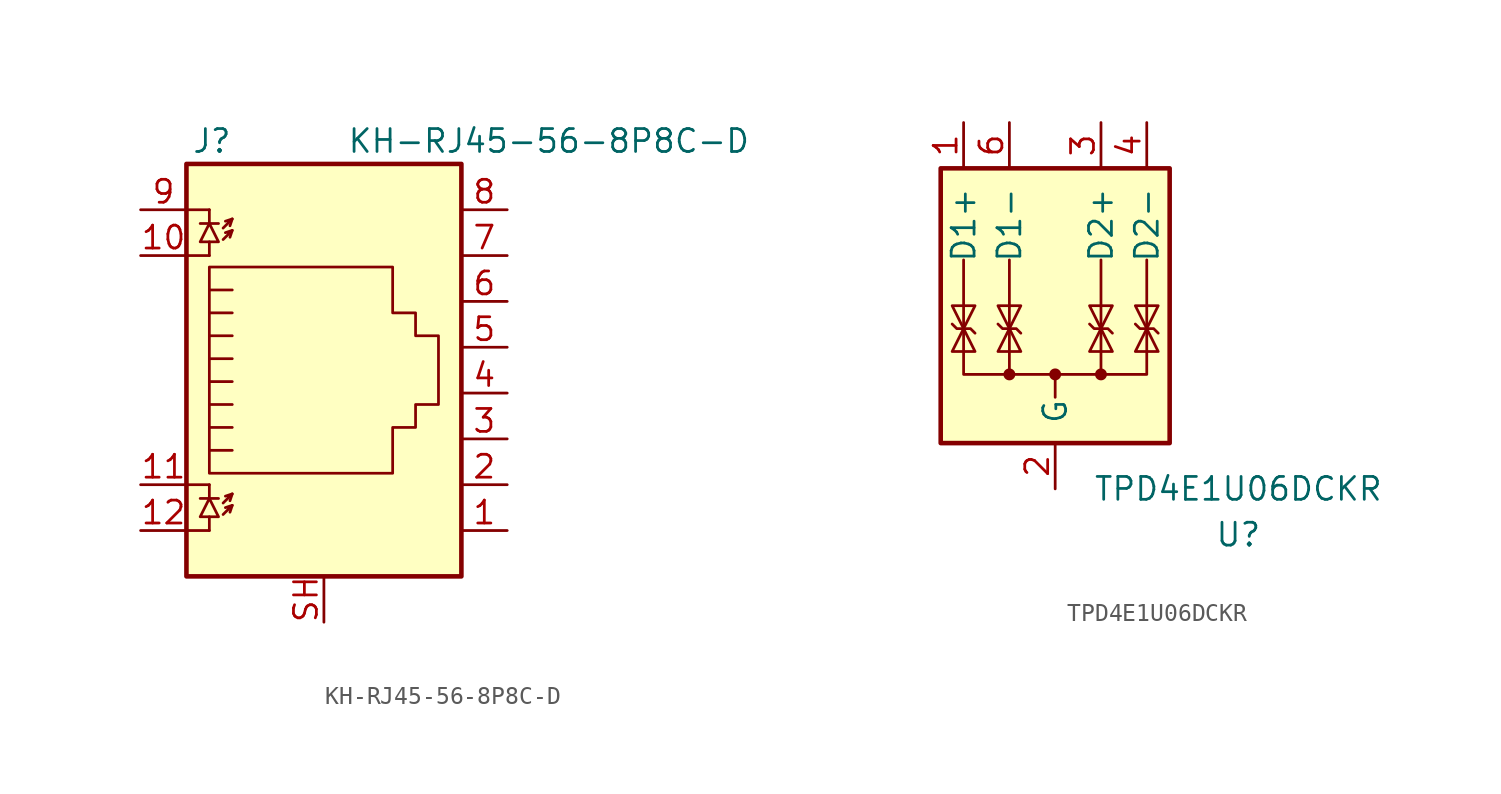
<source format=kicad_sym>
(kicad_symbol_lib
  (version 20220914)
  (generator kicad_symbol_editor)
  (symbol "KH-RJ45-56-8P8C-D"
    (pin_names
      (offset 1.016))
    (property "Reference" "J"
      (at -5.08 13.97 0)
      (effects (font (size 1.27 1.27)) (justify right)))
    (property "Value" "KH-RJ45-56-8P8C-D"
      (at 1.27 13.97 0)
      (effects (font (size 1.27 1.27)) (justify left)))
    (symbol "KH-RJ45-56-8P8C-D_0_1"
      (polyline (pts (xy -7.62 -7.62) (xy -6.35 -7.62)) (stroke (width 0) (type default)) (fill (type none)))
      (polyline (pts (xy -7.62 -5.08) (xy -6.35 -5.08)) (stroke (width 0) (type default)) (fill (type none)))
      (polyline (pts (xy -7.62 7.62) (xy -6.35 7.62)) (stroke (width 0) (type default)) (fill (type none)))
      (polyline (pts (xy -7.62 10.16) (xy -6.35 10.16)) (stroke (width 0) (type default)) (fill (type none)))
      (polyline (pts (xy -6.858 -5.842) (xy -5.842 -5.842)) (stroke (width 0) (type default)) (fill (type none)))
      (polyline (pts (xy -6.858 9.398) (xy -5.842 9.398)) (stroke (width 0) (type default)) (fill (type none)))
      (polyline (pts (xy -6.35 -7.62) (xy -6.35 -6.858)) (stroke (width 0) (type default)) (fill (type none)))
      (polyline (pts (xy -6.35 -5.08) (xy -6.35 -5.842)) (stroke (width 0) (type default)) (fill (type none)))
      (polyline (pts (xy -6.35 7.62) (xy -6.35 8.382)) (stroke (width 0) (type default)) (fill (type none)))
      (polyline (pts (xy -6.35 10.16) (xy -6.35 9.398)) (stroke (width 0) (type default)) (fill (type none)))
      (polyline (pts (xy -5.08 -6.223) (xy -5.207 -6.604)) (stroke (width 0) (type default)) (fill (type none)))
      (polyline (pts (xy -5.08 -5.588) (xy -5.207 -5.969)) (stroke (width 0) (type default)) (fill (type none)))
      (polyline (pts (xy -5.08 4.445) (xy -6.35 4.445)) (stroke (width 0) (type default)) (fill (type none)))
      (polyline (pts (xy -5.08 5.715) (xy -6.35 5.715)) (stroke (width 0) (type default)) (fill (type none)))
      (polyline (pts (xy -5.08 9.017) (xy -5.207 8.636)) (stroke (width 0) (type default)) (fill (type none)))
      (polyline (pts (xy -5.08 9.652) (xy -5.207 9.271)) (stroke (width 0) (type default)) (fill (type none)))
      (polyline (pts (xy -6.35 -3.175) (xy -5.08 -3.175) (xy -5.08 -3.175)) (stroke (width 0) (type default)) (fill (type none)))
      (polyline (pts (xy -6.35 -1.905) (xy -5.08 -1.905) (xy -5.08 -1.905)) (stroke (width 0) (type default)) (fill (type none)))
      (polyline (pts (xy -6.35 -0.635) (xy -5.08 -0.635) (xy -5.08 -0.635)) (stroke (width 0) (type default)) (fill (type none)))
      (polyline (pts (xy -6.35 0.635) (xy -5.08 0.635) (xy -5.08 0.635)) (stroke (width 0) (type default)) (fill (type none)))
      (polyline (pts (xy -6.35 1.905) (xy -5.08 1.905) (xy -5.08 1.905)) (stroke (width 0) (type default)) (fill (type none)))
      (polyline (pts (xy -5.588 -6.731) (xy -5.08 -6.223) (xy -5.461 -6.35)) (stroke (width 0) (type default)) (fill (type none)))
      (polyline (pts (xy -5.588 -6.096) (xy -5.08 -5.588) (xy -5.461 -5.715)) (stroke (width 0) (type default)) (fill (type none)))
      (polyline (pts (xy -5.588 8.509) (xy -5.08 9.017) (xy -5.461 8.89)) (stroke (width 0) (type default)) (fill (type none)))
      (polyline (pts (xy -5.588 9.144) (xy -5.08 9.652) (xy -5.461 9.525)) (stroke (width 0) (type default)) (fill (type none)))
      (polyline (pts (xy -5.08 3.175) (xy -6.35 3.175) (xy -6.35 3.175)) (stroke (width 0) (type default)) (fill (type none)))
      (polyline (pts (xy -6.35 -5.842) (xy -6.858 -6.858) (xy -5.842 -6.858) (xy -6.35 -5.842)) (stroke (width 0) (type default)) (fill (type none)))
      (polyline (pts (xy -6.35 9.398) (xy -6.858 8.382) (xy -5.842 8.382) (xy -6.35 9.398)) (stroke (width 0) (type default)) (fill (type none)))
      (polyline (pts (xy -6.35 -4.445) (xy -6.35 6.985) (xy 3.81 6.985) (xy 3.81 4.445) (xy 5.08 4.445) (xy 5.08 3.175) (xy 6.35 3.175) (xy 6.35 -0.635) (xy 5.08 -0.635) (xy 5.08 -1.905) (xy 3.81 -1.905) (xy 3.81 -4.445) (xy -6.35 -4.445) (xy -6.35 -4.445)) (stroke (width 0) (type default)) (fill (type none)))
      (rectangle (start 7.62 12.7) (end -7.62 -10.16) (stroke (width 0.254) (type default)) (fill (type background))))
    (symbol "KH-RJ45-56-8P8C-D_1_1"
      (pin passive line (at 10.16 -7.62 180) (length 2.54) (name "~" (effects (font (size 1.27 1.27)))) (number "1" (effects (font (size 1.27 1.27)))))
      (pin passive line (at -10.16 7.62 0) (length 2.54) (name "~" (effects (font (size 1.27 1.27)))) (number "10" (effects (font (size 1.27 1.27)))))
      (pin passive line (at -10.16 -5.08 0) (length 2.54) (name "~" (effects (font (size 1.27 1.27)))) (number "11" (effects (font (size 1.27 1.27)))))
      (pin passive line (at -10.16 -7.62 0) (length 2.54) (name "~" (effects (font (size 1.27 1.27)))) (number "12" (effects (font (size 1.27 1.27)))))
      (pin passive line (at 10.16 -5.08 180) (length 2.54) (name "~" (effects (font (size 1.27 1.27)))) (number "2" (effects (font (size 1.27 1.27)))))
      (pin passive line (at 10.16 -2.54 180) (length 2.54) (name "~" (effects (font (size 1.27 1.27)))) (number "3" (effects (font (size 1.27 1.27)))))
      (pin passive line (at 10.16 0 180) (length 2.54) (name "~" (effects (font (size 1.27 1.27)))) (number "4" (effects (font (size 1.27 1.27)))))
      (pin passive line (at 10.16 2.54 180) (length 2.54) (name "~" (effects (font (size 1.27 1.27)))) (number "5" (effects (font (size 1.27 1.27)))))
      (pin passive line (at 10.16 5.08 180) (length 2.54) (name "~" (effects (font (size 1.27 1.27)))) (number "6" (effects (font (size 1.27 1.27)))))
      (pin passive line (at 10.16 7.62 180) (length 2.54) (name "~" (effects (font (size 1.27 1.27)))) (number "7" (effects (font (size 1.27 1.27)))))
      (pin passive line (at 10.16 10.16 180) (length 2.54) (name "~" (effects (font (size 1.27 1.27)))) (number "8" (effects (font (size 1.27 1.27)))))
      (pin passive line (at -10.16 10.16 0) (length 2.54) (name "~" (effects (font (size 1.27 1.27)))) (number "9" (effects (font (size 1.27 1.27)))))
      (pin passive line (at 0 -12.7 90) (length 2.54) (name "~" (effects (font (size 1.27 1.27)))) (number "SH" (effects (font (size 1.27 1.27)))))))
  (symbol "TPD4E1U06DCKR"
    (pin_names
      (offset 1.016))
    (property "Reference" "U"
      (at 10.16 -11.43 0)
      (effects (font (size 1.27 1.27))))
    (property "Value" "TPD4E1U06DCKR"
      (at 10.16 -8.89 0)
      (effects (font (size 1.27 1.27))))
    (symbol "TPD4E1U06DCKR_1_1"
      (rectangle (start -6.35 8.89) (end 6.35 -6.35) (stroke (width 0.254) (type default)) (fill (type background)))
      (circle (center -2.54 -2.54) (radius 0.254) (stroke (width 0) (type default)) (fill (type outline)))
      (circle (center 0 -2.54) (radius 0.254) (stroke (width 0) (type default)) (fill (type outline)))
      (polyline (pts (xy -2.54 3.81) (xy -2.54 -2.54)) (stroke (width 0) (type default)) (fill (type none)))
      (polyline (pts (xy 0 -2.54) (xy 0 -3.81)) (stroke (width 0) (type default)) (fill (type none)))
      (polyline (pts (xy 2.54 3.81) (xy 2.54 -2.54)) (stroke (width 0) (type default)) (fill (type none)))
      (polyline (pts (xy -5.715 0.254) (xy -5.461 0) (xy -4.699 0) (xy -4.445 -0.254)) (stroke (width 0) (type default)) (fill (type none)))
      (polyline (pts (xy -5.08 0) (xy -5.715 1.27) (xy -4.445 1.27) (xy -5.08 0)) (stroke (width 0) (type default)) (fill (type none)))
      (polyline (pts (xy -5.08 3.81) (xy -5.08 -2.54) (xy 5.08 -2.54) (xy 5.08 3.81)) (stroke (width 0) (type default)) (fill (type none)))
      (polyline (pts (xy -4.445 -1.27) (xy -5.715 -1.27) (xy -5.08 0) (xy -4.445 -1.27)) (stroke (width 0) (type default)) (fill (type none)))
      (polyline (pts (xy -3.175 0.254) (xy -2.921 0) (xy -2.159 0) (xy -1.905 -0.254)) (stroke (width 0) (type default)) (fill (type none)))
      (polyline (pts (xy -2.54 0) (xy -3.175 1.27) (xy -1.905 1.27) (xy -2.54 0)) (stroke (width 0) (type default)) (fill (type none)))
      (polyline (pts (xy -2.54 0) (xy -1.905 -1.27) (xy -3.175 -1.27) (xy -2.54 0)) (stroke (width 0) (type default)) (fill (type none)))
      (polyline (pts (xy 1.905 0.254) (xy 2.159 0) (xy 2.921 0) (xy 3.175 -0.254)) (stroke (width 0) (type default)) (fill (type none)))
      (polyline (pts (xy 2.54 0) (xy 1.905 -1.27) (xy 3.175 -1.27) (xy 2.54 0)) (stroke (width 0) (type default)) (fill (type none)))
      (polyline (pts (xy 2.54 0) (xy 1.905 1.27) (xy 3.175 1.27) (xy 2.54 0)) (stroke (width 0) (type default)) (fill (type none)))
      (polyline (pts (xy 4.445 0.254) (xy 4.699 0) (xy 5.461 0) (xy 5.715 -0.254)) (stroke (width 0) (type default)) (fill (type none)))
      (polyline (pts (xy 5.08 0) (xy 4.445 -1.27) (xy 5.715 -1.27) (xy 5.08 0)) (stroke (width 0) (type default)) (fill (type none)))
      (polyline (pts (xy 5.08 0) (xy 4.445 1.27) (xy 5.715 1.27) (xy 5.08 0)) (stroke (width 0) (type default)) (fill (type none)))
      (circle (center 2.54 -2.54) (radius 0.254) (stroke (width 0) (type default)) (fill (type outline)))
      (pin passive line (at -5.08 11.43 270) (length 2.54) (name "D1+" (effects (font (size 1.27 1.27)))) (number "1" (effects (font (size 1.27 1.27)))))
      (pin passive line (at 0 -8.89 90) (length 2.54) (name "G" (effects (font (size 1.27 1.27)))) (number "2" (effects (font (size 1.27 1.27)))))
      (pin passive line (at 2.54 11.43 270) (length 2.54) (name "D2+" (effects (font (size 1.27 1.27)))) (number "3" (effects (font (size 1.27 1.27)))))
      (pin passive line (at 5.08 11.43 270) (length 2.54) (name "D2-" (effects (font (size 1.27 1.27)))) (number "4" (effects (font (size 1.27 1.27)))))
      (pin passive line (at -2.54 11.43 270) (length 2.54) (name "D1-" (effects (font (size 1.27 1.27)))) (number "6" (effects (font (size 1.27 1.27))))))))
</source>
